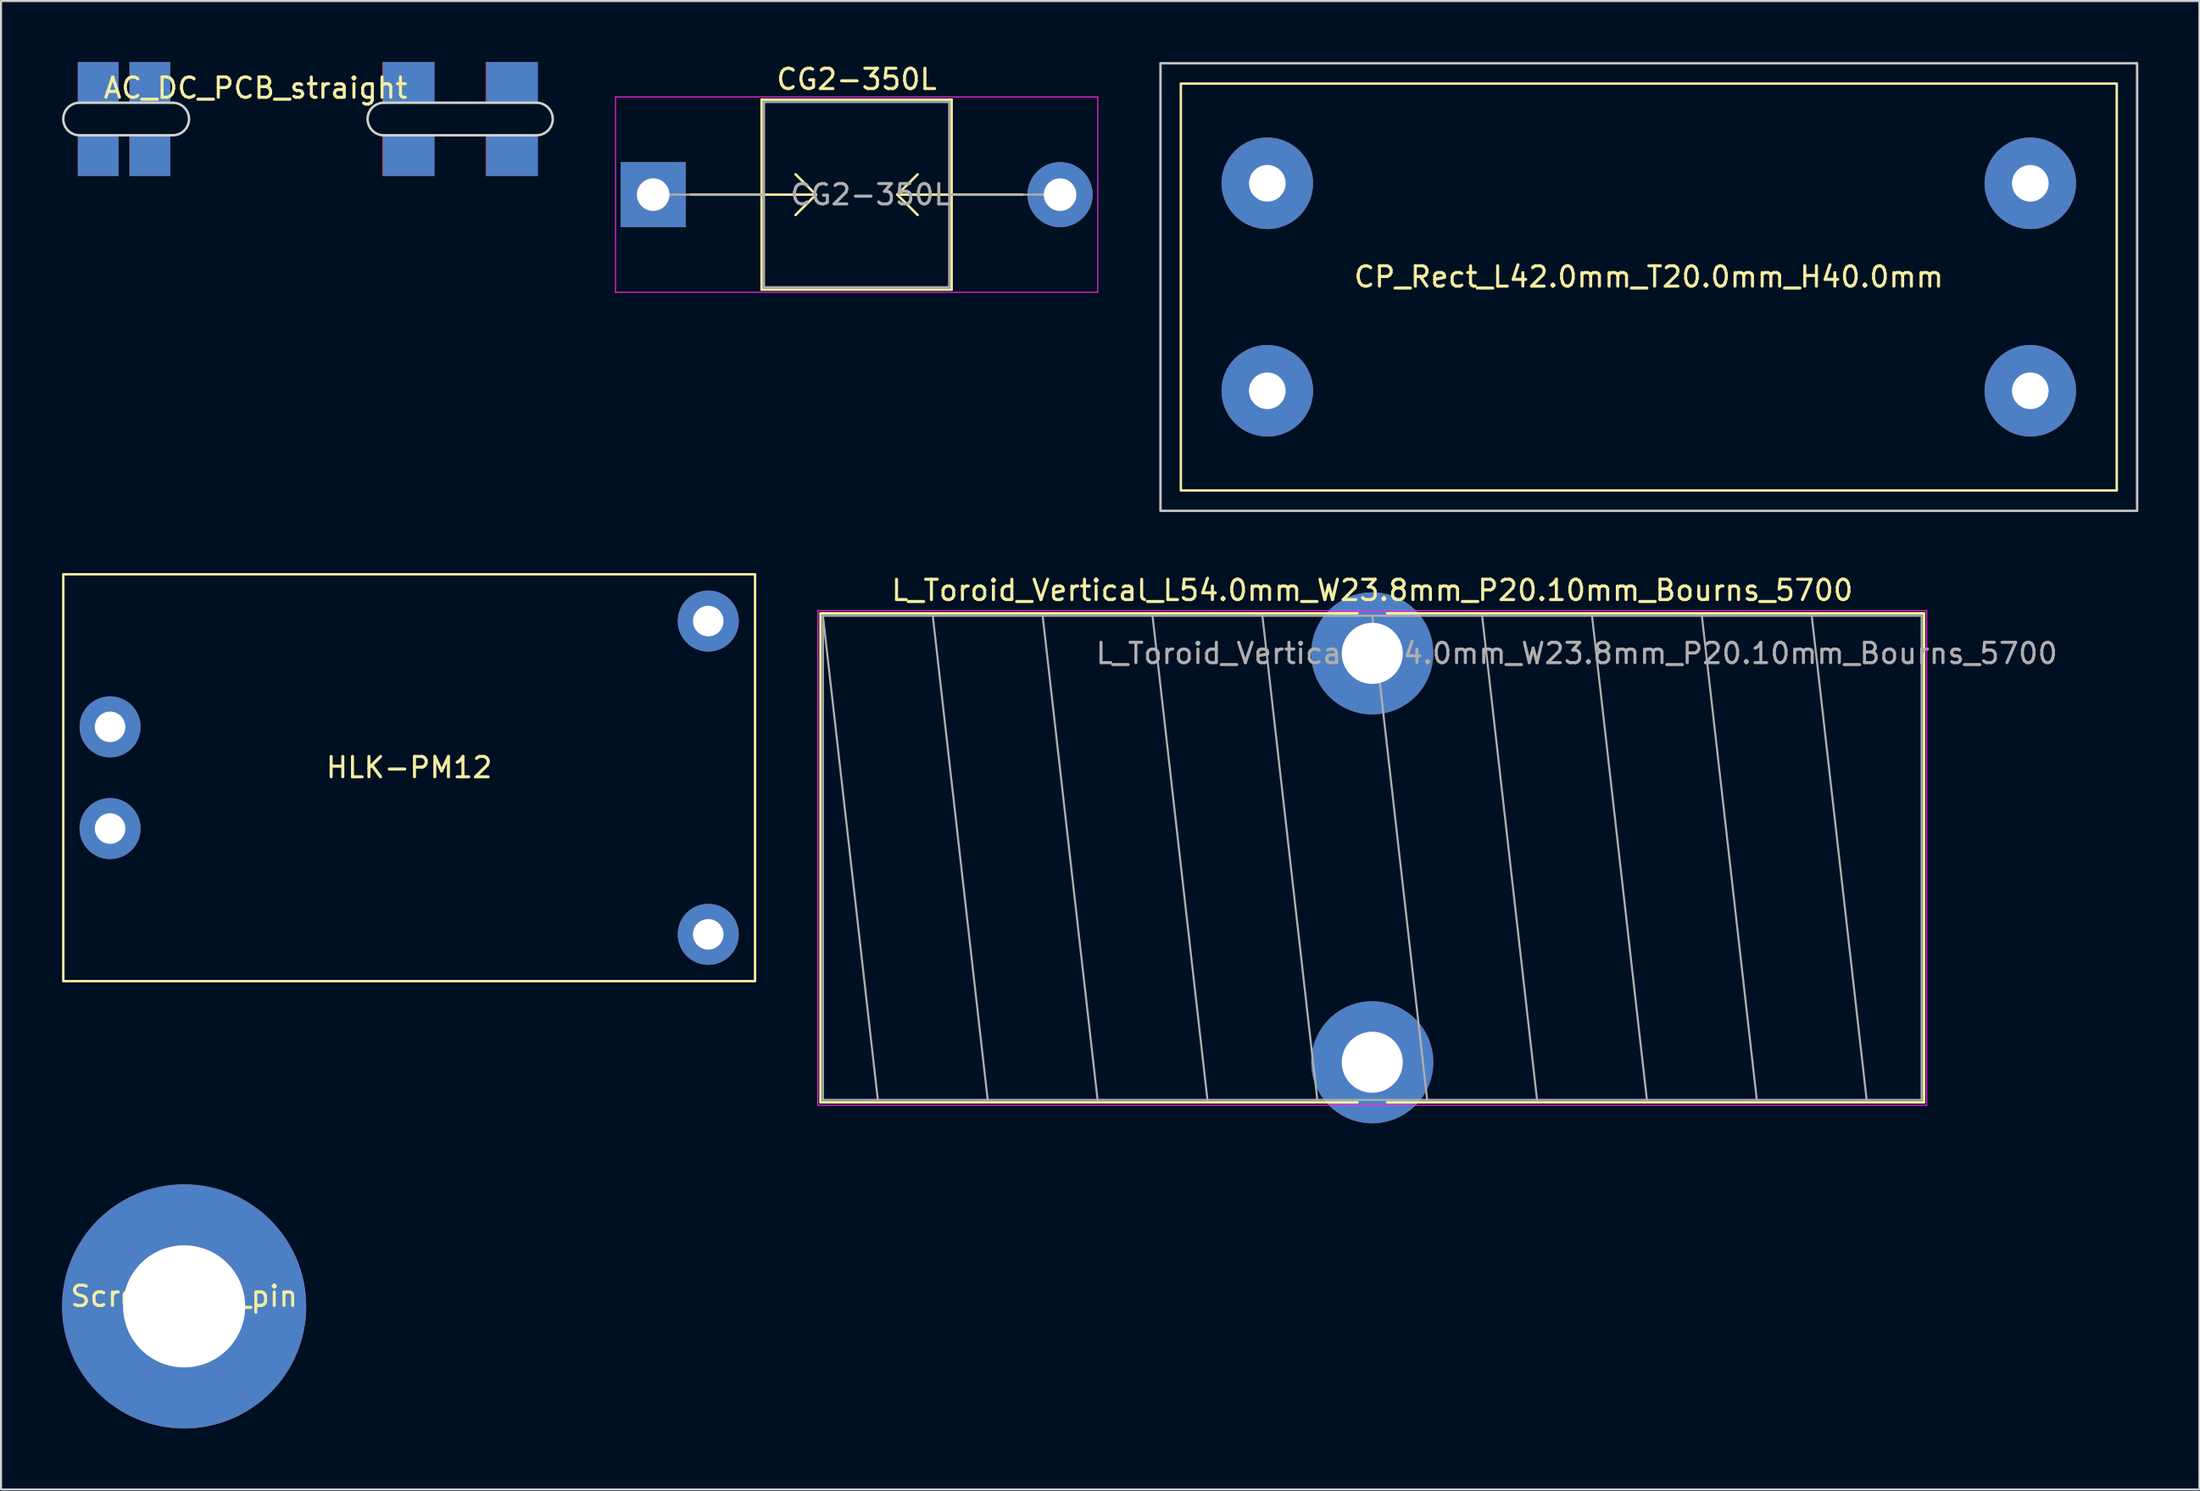
<source format=kicad_pcb>
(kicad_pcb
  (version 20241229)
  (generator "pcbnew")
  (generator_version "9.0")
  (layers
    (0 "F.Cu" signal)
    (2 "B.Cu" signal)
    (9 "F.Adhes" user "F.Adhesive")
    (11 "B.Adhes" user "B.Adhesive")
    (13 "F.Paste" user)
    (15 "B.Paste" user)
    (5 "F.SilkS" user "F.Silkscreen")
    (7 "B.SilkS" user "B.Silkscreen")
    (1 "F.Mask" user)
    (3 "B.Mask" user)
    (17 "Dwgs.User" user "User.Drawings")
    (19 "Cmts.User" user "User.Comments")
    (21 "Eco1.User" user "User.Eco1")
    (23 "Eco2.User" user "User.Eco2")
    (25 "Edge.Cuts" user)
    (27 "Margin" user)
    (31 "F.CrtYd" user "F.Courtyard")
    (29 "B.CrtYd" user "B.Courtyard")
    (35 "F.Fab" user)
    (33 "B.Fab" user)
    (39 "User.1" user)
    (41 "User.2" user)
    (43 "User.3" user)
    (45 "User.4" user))
  (footprint "L_Toroid_Vertical_L54.0mm_W23.8mm_P20.10mm_Bourns_5700"
    (layer "F.Cu")
    (at 64.395 29.068)
    (property "Reference" "L_Toroid_Vertical_L54.0mm_W23.8mm_P20.10mm_Bourns_5700" (at 0 -3.1 0) (layer "F.SilkS") (effects (font (size 1 1) (thickness 0.15))))
    (attr through_hole)
    (fp_line (start -27.12 -1.97) (end -27.12 22.07) (stroke (width 0.12) (type solid)) (layer "F.SilkS"))
    (fp_line (start -27.12 -1.97) (end -0.725 -1.97) (stroke (width 0.12) (type solid)) (layer "F.SilkS"))
    (fp_line (start -27.12 22.07) (end -0.725 22.07) (stroke (width 0.12) (type solid)) (layer "F.SilkS"))
    (fp_line (start 0.725 -1.97) (end 27.12 -1.97) (stroke (width 0.12) (type solid)) (layer "F.SilkS"))
    (fp_line (start 0.725 22.07) (end 27.12 22.07) (stroke (width 0.12) (type solid)) (layer "F.SilkS"))
    (fp_line (start 27.12 -1.97) (end 27.12 22.07) (stroke (width 0.12) (type solid)) (layer "F.SilkS"))
    (fp_line (start -27.25 -2.1) (end -27.25 22.21) (stroke (width 0.05) (type solid)) (layer "F.CrtYd"))
    (fp_line (start -27.25 22.21) (end 27.25 22.21) (stroke (width 0.05) (type solid)) (layer "F.CrtYd"))
    (fp_line (start 27.25 -2.1) (end -27.25 -2.1) (stroke (width 0.05) (type solid)) (layer "F.CrtYd"))
    (fp_line (start 27.25 22.21) (end 27.25 -2.1) (stroke (width 0.05) (type solid)) (layer "F.CrtYd"))
    (fp_line (start -27 -1.85) (end -27 21.95) (stroke (width 0.1) (type solid)) (layer "F.Fab"))
    (fp_line (start -27 -1.85) (end -24.3 21.95) (stroke (width 0.1) (type solid)) (layer "F.Fab"))
    (fp_line (start -27 21.95) (end 27 21.95) (stroke (width 0.1) (type solid)) (layer "F.Fab"))
    (fp_line (start -21.6 -1.85) (end -18.9 21.95) (stroke (width 0.1) (type solid)) (layer "F.Fab"))
    (fp_line (start -16.2 -1.85) (end -13.5 21.95) (stroke (width 0.1) (type solid)) (layer "F.Fab"))
    (fp_line (start -10.8 -1.85) (end -8.1 21.95) (stroke (width 0.1) (type solid)) (layer "F.Fab"))
    (fp_line (start -5.4 -1.85) (end -2.7 21.95) (stroke (width 0.1) (type solid)) (layer "F.Fab"))
    (fp_line (start 0 -1.85) (end 2.7 21.95) (stroke (width 0.1) (type solid)) (layer "F.Fab"))
    (fp_line (start 5.4 -1.85) (end 8.1 21.95) (stroke (width 0.1) (type solid)) (layer "F.Fab"))
    (fp_line (start 10.8 -1.85) (end 13.5 21.95) (stroke (width 0.1) (type solid)) (layer "F.Fab"))
    (fp_line (start 16.2 -1.85) (end 18.9 21.95) (stroke (width 0.1) (type solid)) (layer "F.Fab"))
    (fp_line (start 21.6 -1.85) (end 24.3 21.95) (stroke (width 0.1) (type solid)) (layer "F.Fab"))
    (fp_line (start 27 -1.85) (end -27 -1.85) (stroke (width 0.1) (type solid)) (layer "F.Fab"))
    (fp_line (start 27 21.95) (end 27 -1.85) (stroke (width 0.1) (type solid)) (layer "F.Fab"))
    (fp_text user "${REFERENCE}" (at 10.05 0 0) (layer "F.Fab") (effects (font (size 1 1) (thickness 0.15))))
    (pad "1" thru_hole circle (at 0 0) (size 6 6) (drill 3) (layers "*.Cu" "*.Mask"))
    (pad "2" thru_hole circle (at 0 20.1) (size 6 6) (drill 3) (layers "*.Cu" "*.Mask")))
  (footprint "Screw_PCB_pin"
    (layer "F.Cu")
    (at 6 61.168)
    (property "Reference" "Screw_PCB_pin" (at 0 -0.5 0) (unlocked yes) (layer "F.SilkS") (effects (font (size 1 1) (thickness 0.15))))
    (pad "1" thru_hole circle (at 0 0) (size 12 12) (drill 6) (layers "*.Cu" "*.Mask")))
  (footprint "AC_DC_PCB_straight"
    (layer "F.Cu")
    (at 10.02 2.8)
    (property "Reference" "AC_DC_PCB_straight" (at -0.508 -1.524 0) (unlocked yes) (layer "F.SilkS") (effects (font (size 1 1) (thickness 0.15))))
    (attr through_hole)
    (fp_line (start -9.16 -0.8) (end -4.58 -0.8) (stroke (width 0.12) (type solid)) (layer "Edge.Cuts"))
    (fp_line (start -4.58 0.8) (end -9.16 0.8) (stroke (width 0.12) (type solid)) (layer "Edge.Cuts"))
    (fp_line (start 5.797 -0.8) (end 13.297 -0.8) (stroke (width 0.12) (type solid)) (layer "Edge.Cuts"))
    (fp_line (start 13.297 0.8) (end 5.797 0.8) (stroke (width 0.12) (type solid)) (layer "Edge.Cuts"))
    (fp_arc (start -9.16 0.8) (mid -9.96 0) (end -9.16 -0.8) (stroke (width 0.12) (type solid)) (layer "Edge.Cuts"))
    (fp_arc (start -4.58 -0.8) (mid -3.78 0) (end -4.58 0.8) (stroke (width 0.12) (type solid)) (layer "Edge.Cuts"))
    (fp_arc (start 5.797 0.8) (mid 4.997 0) (end 5.797 -0.8) (stroke (width 0.12) (type solid)) (layer "Edge.Cuts"))
    (fp_arc (start 13.297 -0.8) (mid 14.097 0) (end 13.297 0.8) (stroke (width 0.12) (type solid)) (layer "Edge.Cuts"))
    (pad "1" smd rect (at 12.065 -1.8) (size 2.54 2) (layers "F.Cu" "F.Mask" "F.Paste"))
    (pad "1" smd rect (at 12.065 1.8) (size 2.54 2) (layers "F.Cu" "F.Mask" "F.Paste"))
    (pad "1" smd rect (at 12.1 -1.8 180) (size 2.54 2) (layers "B.Cu" "B.Mask" "B.Paste"))
    (pad "1" smd rect (at 12.1 1.8 180) (size 2.54 2) (layers "B.Cu" "B.Mask" "B.Paste"))
    (pad "2" smd rect (at 6.985 -1.8) (size 2.54 2) (layers "F.Cu" "F.Mask" "F.Paste"))
    (pad "2" smd rect (at 6.985 1.8) (size 2.54 2) (layers "F.Cu" "F.Mask" "F.Paste"))
    (pad "2" smd rect (at 7.02 -1.8 180) (size 2.54 2) (layers "B.Cu" "B.Mask" "B.Paste"))
    (pad "2" smd rect (at 7.02 1.8 180) (size 2.54 2) (layers "B.Cu" "B.Mask" "B.Paste"))
    (pad "3" smd rect (at -8.255 -1.8) (size 2 2) (layers "F.Cu" "F.Mask" "F.Paste"))
    (pad "3" smd rect (at -8.255 1.8) (size 2 2) (layers "F.Cu" "F.Mask" "F.Paste"))
    (pad "3" smd rect (at -8.24 -1.8 180) (size 2 2) (layers "B.Cu" "B.Mask" "B.Paste"))
    (pad "3" smd rect (at -8.24 1.8 180) (size 2 2) (layers "B.Cu" "B.Mask" "B.Paste"))
    (pad "4" smd rect (at -5.715 -1.8) (size 2 2) (layers "F.Cu" "F.Mask" "F.Paste"))
    (pad "4" smd rect (at -5.715 1.8) (size 2 2) (layers "F.Cu" "F.Mask" "F.Paste"))
    (pad "4" smd rect (at -5.7 -1.8 180) (size 2 2) (layers "B.Cu" "B.Mask" "B.Paste"))
    (pad "4" smd rect (at -5.7 1.8 180) (size 2 2) (layers "B.Cu" "B.Mask" "B.Paste")))
  (footprint "CG2-350L"
    (layer "F.Cu")
    (at 29.052 6.518)
    (property "Reference" "CG2-350L" (at 10 -5.67 0) (layer "F.SilkS") (effects (font (size 1 1) (thickness 0.15))))
    (attr through_hole)
    (fp_line (start 1.84 0) (end 5.33 0) (stroke (width 0.12) (type solid)) (layer "F.SilkS"))
    (fp_line (start 5.33 -4.67) (end 5.33 4.67) (stroke (width 0.12) (type solid)) (layer "F.SilkS"))
    (fp_line (start 5.33 0) (end 8 0) (stroke (width 0.12) (type solid)) (layer "F.SilkS"))
    (fp_line (start 5.33 4.67) (end 14.67 4.67) (stroke (width 0.12) (type solid)) (layer "F.SilkS"))
    (fp_line (start 8 0) (end 7 -1) (stroke (width 0.12) (type solid)) (layer "F.SilkS"))
    (fp_line (start 8 0) (end 7 1) (stroke (width 0.12) (type solid)) (layer "F.SilkS"))
    (fp_line (start 12.165 0) (end 14.835 0) (stroke (width 0.12) (type solid)) (layer "F.SilkS"))
    (fp_line (start 13 -1) (end 12 0) (stroke (width 0.12) (type solid)) (layer "F.SilkS"))
    (fp_line (start 13 1) (end 12 0) (stroke (width 0.12) (type solid)) (layer "F.SilkS"))
    (fp_line (start 14.67 -4.67) (end 5.33 -4.67) (stroke (width 0.12) (type solid)) (layer "F.SilkS"))
    (fp_line (start 14.67 4.67) (end 14.67 -4.67) (stroke (width 0.12) (type solid)) (layer "F.SilkS"))
    (fp_line (start 18.16 0) (end 14.67 0) (stroke (width 0.12) (type solid)) (layer "F.SilkS"))
    (fp_line (start -1.85 -4.8) (end -1.85 4.8) (stroke (width 0.05) (type solid)) (layer "F.CrtYd"))
    (fp_line (start -1.85 4.8) (end 21.85 4.8) (stroke (width 0.05) (type solid)) (layer "F.CrtYd"))
    (fp_line (start 21.85 -4.8) (end -1.85 -4.8) (stroke (width 0.05) (type solid)) (layer "F.CrtYd"))
    (fp_line (start 21.85 4.8) (end 21.85 -4.8) (stroke (width 0.05) (type solid)) (layer "F.CrtYd"))
    (fp_line (start 0 0) (end 5.45 0) (stroke (width 0.1) (type solid)) (layer "F.Fab"))
    (fp_line (start 5.45 -4.55) (end 5.45 4.55) (stroke (width 0.1) (type solid)) (layer "F.Fab"))
    (fp_line (start 5.45 4.55) (end 14.55 4.55) (stroke (width 0.1) (type solid)) (layer "F.Fab"))
    (fp_line (start 14.55 -4.55) (end 5.45 -4.55) (stroke (width 0.1) (type solid)) (layer "F.Fab"))
    (fp_line (start 14.55 4.55) (end 14.55 -4.55) (stroke (width 0.1) (type solid)) (layer "F.Fab"))
    (fp_line (start 20 0) (end 14.55 0) (stroke (width 0.1) (type solid)) (layer "F.Fab"))
    (fp_text user "${REFERENCE}" (at 10.682 0 0) (layer "F.Fab") (effects (font (size 1 1) (thickness 0.15))))
    (pad "1" thru_hole rect (at 0 0) (size 3.2 3.2) (drill 1.6) (layers "*.Cu" "*.Mask"))
    (pad "2" thru_hole oval (at 20 0) (size 3.2 3.2) (drill 1.6) (layers "*.Cu" "*.Mask")))
  (footprint "HLK-PM12"
    (layer "F.Cu")
    (at 17.06 35.18)
    (property "Reference" "HLK-PM12" (at 0 -0.5 0) (unlocked yes) (layer "F.SilkS") (effects (font (size 1 1) (thickness 0.15))))
    (attr smd)
    (fp_rect (start -17 -10) (end 17 10) (stroke (width 0.12) (type solid)) (fill no) (layer "F.SilkS"))
    (pad "1" thru_hole circle (at -14.7 -2.5) (size 3 3) (drill 1.5) (layers "*.Cu" "*.Mask"))
    (pad "2" thru_hole circle (at -14.7 2.5) (size 3 3) (drill 1.5) (layers "*.Cu" "*.Mask"))
    (pad "3" thru_hole circle (at 14.7 -7.7) (size 3 3) (drill 1.5) (layers "*.Cu" "*.Mask"))
    (pad "4" thru_hole circle (at 14.7 7.7) (size 3 3) (drill 1.5) (layers "*.Cu" "*.Mask")))
  (footprint "CP_Rect_L42.0mm_T20.0mm_H40.0mm"
    (layer "F.Cu")
    (at 77.987 11.06)
    (property "Reference" "CP_Rect_L42.0mm_T20.0mm_H40.0mm" (at 0 -0.5 0) (unlocked yes) (layer "F.SilkS") (effects (font (size 1 1) (thickness 0.15))))
    (attr through_hole)
    (fp_rect (start -23 -10) (end 23 10) (stroke (width 0.12) (type solid)) (fill no) (layer "F.SilkS"))
    (fp_rect (start -24 -11) (end 24 11) (stroke (width 0.12) (type solid)) (fill no) (layer "Dwgs.User"))
    (pad "1" thru_hole circle (at -18.75 -5.1) (size 4.5 4.5) (drill 1.8) (layers "*.Cu" "*.Mask"))
    (pad "1" thru_hole circle (at -18.75 5.1) (size 4.5 4.5) (drill 1.8) (layers "*.Cu" "*.Mask"))
    (pad "2" thru_hole circle (at 18.75 -5.1) (size 4.5 4.5) (drill 1.8) (layers "*.Cu" "*.Mask"))
    (pad "2" thru_hole circle (at 18.75 5.1) (size 4.5 4.5) (drill 1.8) (layers "*.Cu" "*.Mask")))
  (gr_rect
    (start -3 -3)
    (end 105.047 70.168)
    (stroke (width 0.1) (type default))
    (fill no)
    (layer "Edge.Cuts")))
</source>
